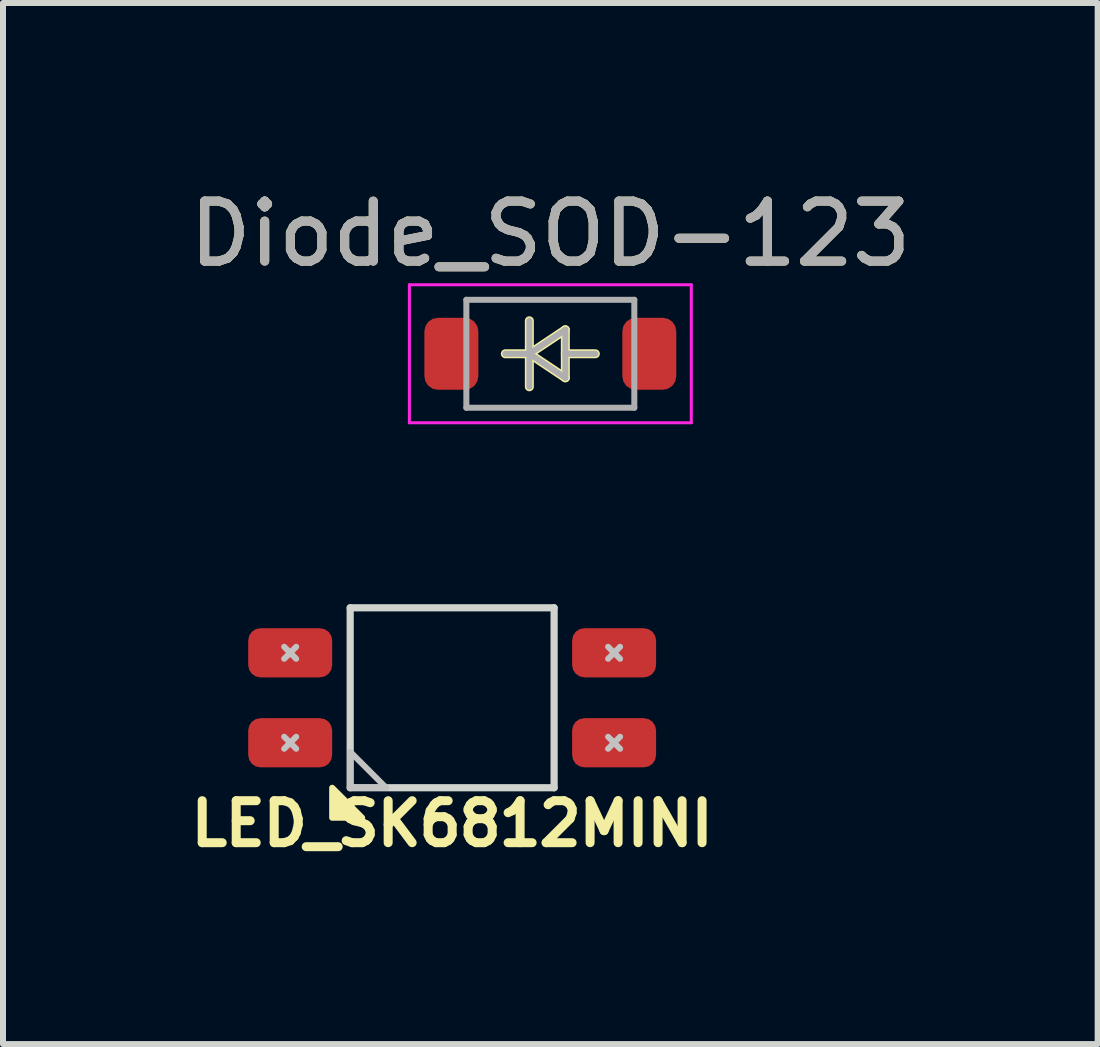
<source format=kicad_pcb>
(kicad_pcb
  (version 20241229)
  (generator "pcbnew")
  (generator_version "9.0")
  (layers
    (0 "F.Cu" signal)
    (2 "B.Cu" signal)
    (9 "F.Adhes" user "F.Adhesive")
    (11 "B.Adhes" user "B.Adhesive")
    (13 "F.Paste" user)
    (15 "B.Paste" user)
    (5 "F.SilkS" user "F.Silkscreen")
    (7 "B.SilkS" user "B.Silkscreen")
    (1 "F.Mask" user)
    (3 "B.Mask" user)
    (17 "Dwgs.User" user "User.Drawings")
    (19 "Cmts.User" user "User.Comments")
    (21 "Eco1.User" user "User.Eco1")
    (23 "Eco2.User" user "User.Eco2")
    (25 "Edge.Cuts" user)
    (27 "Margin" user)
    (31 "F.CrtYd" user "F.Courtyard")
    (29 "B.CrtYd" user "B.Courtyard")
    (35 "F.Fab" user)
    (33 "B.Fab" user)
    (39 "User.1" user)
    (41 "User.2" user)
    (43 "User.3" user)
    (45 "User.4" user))
  (footprint "LED_SK6812MINI"
    (layer "F.Cu")
    (at 4.488 8.583)
    (property "Reference" "LED_SK6812MINI" (at 0 2.1 0) (unlocked yes) (layer "F.SilkS") (effects (font (size 0.7 0.7) (thickness 0.15))))
    (attr through_hole)
    (fp_poly (pts (xy -2 2) (xy -2 1.5) (xy -1.5 2)) (stroke (width 0.1) (type solid)) (fill yes) (layer "F.SilkS"))
    (fp_line (start -2.8 -0.65) (end -2.6 -0.85) (stroke (width 0.1) (type default)) (layer "Dwgs.User"))
    (fp_line (start -2.8 0.85) (end -2.6 0.65) (stroke (width 0.1) (type default)) (layer "Dwgs.User"))
    (fp_line (start -2.6 -0.65) (end -2.8 -0.85) (stroke (width 0.1) (type default)) (layer "Dwgs.User"))
    (fp_line (start -2.6 0.85) (end -2.8 0.65) (stroke (width 0.1) (type default)) (layer "Dwgs.User"))
    (fp_line (start 2.6 -0.65) (end 2.8 -0.85) (stroke (width 0.1) (type default)) (layer "Dwgs.User"))
    (fp_line (start 2.6 0.85) (end 2.8 0.65) (stroke (width 0.1) (type default)) (layer "Dwgs.User"))
    (fp_line (start 2.8 -0.65) (end 2.6 -0.85) (stroke (width 0.1) (type default)) (layer "Dwgs.User"))
    (fp_line (start 2.8 0.85) (end 2.6 0.65) (stroke (width 0.1) (type default)) (layer "Dwgs.User"))
    (fp_poly (pts (xy -1.1 1.5) (xy -1.7 1.5) (xy -1.7 0.9)) (stroke (width 0.1) (type solid)) (fill no) (layer "Dwgs.User"))
    (fp_line (start -1.7 -1.5) (end -1.7 1.5) (stroke (width 0.12) (type solid)) (layer "Edge.Cuts"))
    (fp_line (start -1.7 1.5) (end 1.7 1.5) (stroke (width 0.12) (type solid)) (layer "Edge.Cuts"))
    (fp_line (start 1.7 -1.5) (end -1.7 -1.5) (stroke (width 0.12) (type solid)) (layer "Edge.Cuts"))
    (fp_line (start 1.7 1.5) (end 1.7 -1.5) (stroke (width 0.12) (type solid)) (layer "Edge.Cuts"))
    (pad "1" smd roundrect (at 2.7 -0.75) (size 1.4 0.82) (layers "F.Cu" "F.Mask" "F.Paste") (roundrect_rratio 0.25))
    (pad "2" smd roundrect (at 2.7 0.75) (size 1.4 0.82) (layers "F.Cu" "F.Mask" "F.Paste") (roundrect_rratio 0.25))
    (pad "3" smd roundrect (at -2.7 0.75) (size 1.4 0.82) (layers "F.Cu" "F.Mask" "F.Paste") (roundrect_rratio 0.25))
    (pad "4" smd roundrect (at -2.7 -0.75) (size 1.4 0.82) (layers "F.Cu" "F.Mask" "F.Paste") (roundrect_rratio 0.25)))
  (footprint "Diode_SOD-123"
    (layer "F.Cu")
    (at 6.125 2.848)
    (property "Reference" "Diode_SOD-123" (at 0 -2 0) (layer "F.SilkS") (effects (font (size 1 1) (thickness 0.15))))
    (attr smd)
    (fp_line (start -0.75 0) (end -0.35 0) (stroke (width 0.15) (type solid)) (layer "F.SilkS"))
    (fp_line (start -0.35 0) (end -0.35 -0.55) (stroke (width 0.15) (type solid)) (layer "F.SilkS"))
    (fp_line (start -0.35 0) (end -0.35 0.55) (stroke (width 0.15) (type solid)) (layer "F.SilkS"))
    (fp_line (start -0.35 0) (end 0.25 -0.4) (stroke (width 0.15) (type solid)) (layer "F.SilkS"))
    (fp_line (start 0.25 -0.4) (end 0.25 0.4) (stroke (width 0.15) (type solid)) (layer "F.SilkS"))
    (fp_line (start 0.25 0) (end 0.75 0) (stroke (width 0.15) (type solid)) (layer "F.SilkS"))
    (fp_line (start 0.25 0.4) (end -0.35 0) (stroke (width 0.15) (type solid)) (layer "F.SilkS"))
    (fp_line (start -2.35 -1.15) (end -2.35 1.15) (stroke (width 0.05) (type solid)) (layer "F.CrtYd"))
    (fp_line (start -2.35 -1.15) (end 2.35 -1.15) (stroke (width 0.05) (type solid)) (layer "F.CrtYd"))
    (fp_line (start 2.35 -1.15) (end 2.35 1.15) (stroke (width 0.05) (type solid)) (layer "F.CrtYd"))
    (fp_line (start 2.35 1.15) (end -2.35 1.15) (stroke (width 0.05) (type solid)) (layer "F.CrtYd"))
    (fp_line (start -1.4 -0.9) (end 1.4 -0.9) (stroke (width 0.1) (type solid)) (layer "F.Fab"))
    (fp_line (start -1.4 0.9) (end -1.4 -0.9) (stroke (width 0.1) (type solid)) (layer "F.Fab"))
    (fp_line (start -0.75 0) (end -0.35 0) (stroke (width 0.1) (type solid)) (layer "F.Fab"))
    (fp_line (start -0.35 0) (end -0.35 -0.55) (stroke (width 0.1) (type solid)) (layer "F.Fab"))
    (fp_line (start -0.35 0) (end -0.35 0.55) (stroke (width 0.1) (type solid)) (layer "F.Fab"))
    (fp_line (start -0.35 0) (end 0.25 -0.4) (stroke (width 0.1) (type solid)) (layer "F.Fab"))
    (fp_line (start 0.25 -0.4) (end 0.25 0.4) (stroke (width 0.1) (type solid)) (layer "F.Fab"))
    (fp_line (start 0.25 0) (end 0.75 0) (stroke (width 0.1) (type solid)) (layer "F.Fab"))
    (fp_line (start 0.25 0.4) (end -0.35 0) (stroke (width 0.1) (type solid)) (layer "F.Fab"))
    (fp_line (start 1.4 -0.9) (end 1.4 0.9) (stroke (width 0.1) (type solid)) (layer "F.Fab"))
    (fp_line (start 1.4 0.9) (end -1.4 0.9) (stroke (width 0.1) (type solid)) (layer "F.Fab"))
    (fp_text user "${REFERENCE}" (at 0 -2 0) (layer "F.Fab") (effects (font (size 1 1) (thickness 0.15))))
    (pad "1" smd roundrect (at -1.65 0) (size 0.9 1.2) (layers "F.Cu" "F.Mask" "F.Paste") (roundrect_rratio 0.25))
    (pad "2" smd roundrect (at 1.65 0) (size 0.9 1.2) (layers "F.Cu" "F.Mask" "F.Paste") (roundrect_rratio 0.25)))
  (gr_rect
    (start -3 -3)
    (end 15.25 14.356)
    (stroke (width 0.1) (type default))
    (fill no)
    (layer "Edge.Cuts")))
</source>
